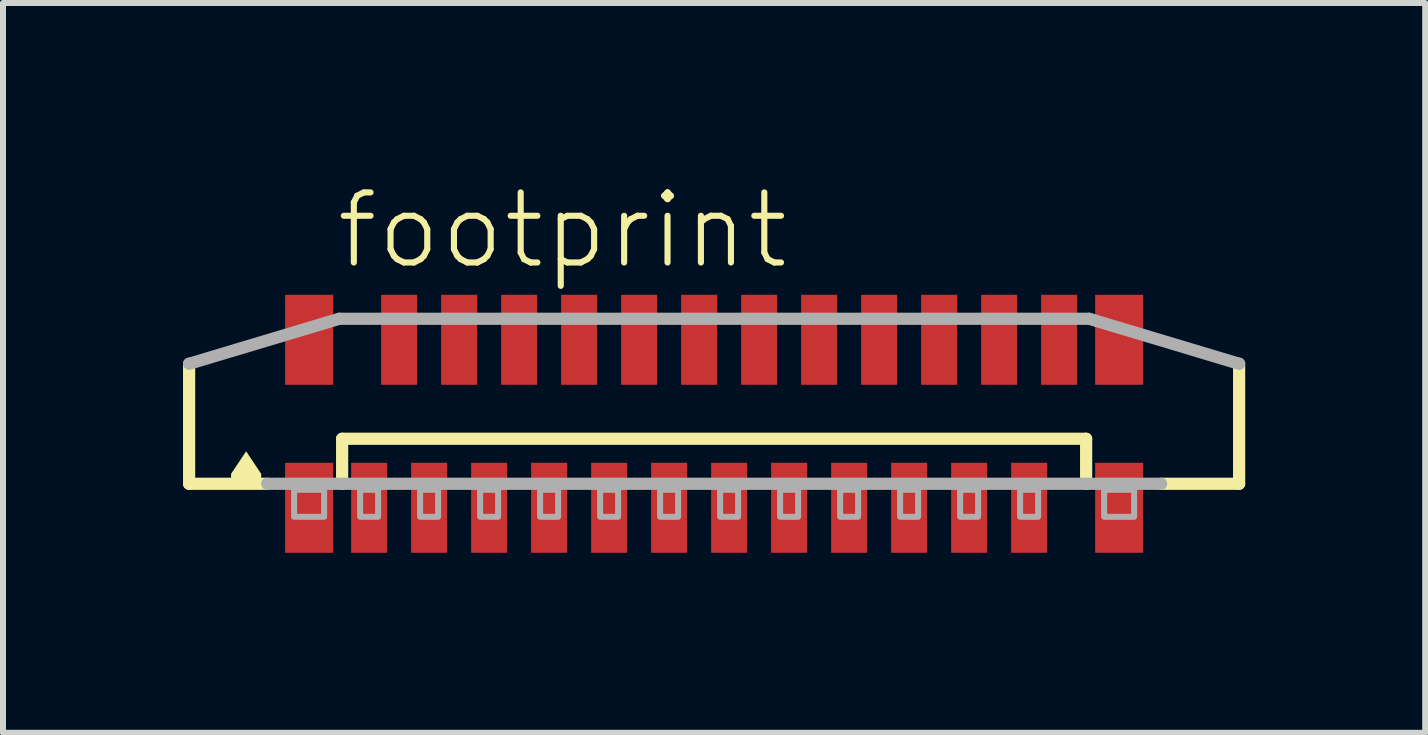
<source format=kicad_pcb>
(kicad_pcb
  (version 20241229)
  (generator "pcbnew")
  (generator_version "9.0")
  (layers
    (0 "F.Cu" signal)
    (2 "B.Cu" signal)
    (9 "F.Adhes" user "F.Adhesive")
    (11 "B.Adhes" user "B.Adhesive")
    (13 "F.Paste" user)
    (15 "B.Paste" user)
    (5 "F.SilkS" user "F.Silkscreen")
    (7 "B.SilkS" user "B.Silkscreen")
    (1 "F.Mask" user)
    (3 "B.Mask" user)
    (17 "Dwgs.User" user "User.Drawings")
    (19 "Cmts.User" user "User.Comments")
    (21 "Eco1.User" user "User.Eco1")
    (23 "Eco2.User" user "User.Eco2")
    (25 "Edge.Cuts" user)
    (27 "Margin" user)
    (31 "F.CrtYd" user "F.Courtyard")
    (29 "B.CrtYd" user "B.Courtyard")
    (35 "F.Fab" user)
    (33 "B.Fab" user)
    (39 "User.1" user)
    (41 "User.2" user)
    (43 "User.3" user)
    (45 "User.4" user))
  (footprint "footprint"
    (layer "F.Cu")
    (at 8.852 4.013)
    (property "Reference" "footprint" (at -6.35 -2.54 0) (layer "F.SilkS") (effects (font (size 1.168 1.168) (thickness 0.102)) (justify left bottom)))
    (fp_line (start -8.75 1) (end -8.75 -1) (stroke (width 0.203) (type solid)) (layer "F.SilkS"))
    (fp_line (start -7.45 1) (end -8.75 1) (stroke (width 0.203) (type solid)) (layer "F.SilkS"))
    (fp_line (start -6.2 0.25) (end 6.2 0.25) (stroke (width 0.203) (type solid)) (layer "F.SilkS"))
    (fp_line (start -6.2 1) (end -6.2 0.25) (stroke (width 0.203) (type solid)) (layer "F.SilkS"))
    (fp_line (start 6.2 0.25) (end 6.2 1) (stroke (width 0.203) (type solid)) (layer "F.SilkS"))
    (fp_line (start 8.75 -1) (end 8.75 1) (stroke (width 0.203) (type solid)) (layer "F.SilkS"))
    (fp_line (start 8.75 1) (end 7.45 1) (stroke (width 0.203) (type solid)) (layer "F.SilkS"))
    (fp_poly (pts (xy -7.549 0.835) (xy -7.549 1.001) (xy -8.051 1.001) (xy -8.051 0.835) (xy -7.8 0.458)) (stroke (width 0) (type solid)) (fill yes) (layer "F.SilkS"))
    (fp_line (start -8.75 -1) (end -6.25 -1.75) (stroke (width 0.203) (type solid)) (layer "F.Fab"))
    (fp_line (start -6.25 -1.75) (end 6.25 -1.75) (stroke (width 0.203) (type solid)) (layer "F.Fab"))
    (fp_line (start 6.25 -1.75) (end 8.75 -1) (stroke (width 0.203) (type solid)) (layer "F.Fab"))
    (fp_line (start 7.45 1) (end -7.45 1) (stroke (width 0.203) (type solid)) (layer "F.Fab"))
    (fp_poly (pts (xy -7 1.55) (xy -6.5 1.55) (xy -6.5 1.1) (xy -7 1.1)) (stroke (width 0.1) (type solid)) (fill no) (layer "F.Fab"))
    (fp_poly (pts (xy -5.9 1.55) (xy -5.6 1.55) (xy -5.6 1.1) (xy -5.9 1.1)) (stroke (width 0.1) (type solid)) (fill no) (layer "F.Fab"))
    (fp_poly (pts (xy -4.9 1.55) (xy -4.6 1.55) (xy -4.6 1.1) (xy -4.9 1.1)) (stroke (width 0.1) (type solid)) (fill no) (layer "F.Fab"))
    (fp_poly (pts (xy -3.9 1.55) (xy -3.6 1.55) (xy -3.6 1.1) (xy -3.9 1.1)) (stroke (width 0.1) (type solid)) (fill no) (layer "F.Fab"))
    (fp_poly (pts (xy -2.9 1.55) (xy -2.6 1.55) (xy -2.6 1.1) (xy -2.9 1.1)) (stroke (width 0.1) (type solid)) (fill no) (layer "F.Fab"))
    (fp_poly (pts (xy -1.9 1.55) (xy -1.6 1.55) (xy -1.6 1.1) (xy -1.9 1.1)) (stroke (width 0.1) (type solid)) (fill no) (layer "F.Fab"))
    (fp_poly (pts (xy -0.9 1.55) (xy -0.6 1.55) (xy -0.6 1.1) (xy -0.9 1.1)) (stroke (width 0.1) (type solid)) (fill no) (layer "F.Fab"))
    (fp_poly (pts (xy 0.1 1.55) (xy 0.4 1.55) (xy 0.4 1.1) (xy 0.1 1.1)) (stroke (width 0.1) (type solid)) (fill no) (layer "F.Fab"))
    (fp_poly (pts (xy 1.1 1.55) (xy 1.4 1.55) (xy 1.4 1.1) (xy 1.1 1.1)) (stroke (width 0.1) (type solid)) (fill no) (layer "F.Fab"))
    (fp_poly (pts (xy 2.1 1.55) (xy 2.4 1.55) (xy 2.4 1.1) (xy 2.1 1.1)) (stroke (width 0.1) (type solid)) (fill no) (layer "F.Fab"))
    (fp_poly (pts (xy 3.1 1.55) (xy 3.4 1.55) (xy 3.4 1.1) (xy 3.1 1.1)) (stroke (width 0.1) (type solid)) (fill no) (layer "F.Fab"))
    (fp_poly (pts (xy 4.1 1.55) (xy 4.4 1.55) (xy 4.4 1.1) (xy 4.1 1.1)) (stroke (width 0.1) (type solid)) (fill no) (layer "F.Fab"))
    (fp_poly (pts (xy 5.1 1.55) (xy 5.4 1.55) (xy 5.4 1.1) (xy 5.1 1.1)) (stroke (width 0.1) (type solid)) (fill no) (layer "F.Fab"))
    (fp_poly (pts (xy 6.5 1.55) (xy 7 1.55) (xy 7 1.1) (xy 6.5 1.1)) (stroke (width 0.1) (type solid)) (fill no) (layer "F.Fab"))
    (pad "1" smd rect (at -5.75 1.4) (size 0.6 1.5) (layers "F.Cu" "F.Mask" "F.Paste"))
    (pad "2" smd rect (at -5.25 -1.4 180) (size 0.6 1.5) (layers "F.Cu" "F.Mask" "F.Paste"))
    (pad "3" smd rect (at -4.75 1.4) (size 0.6 1.5) (layers "F.Cu" "F.Mask" "F.Paste"))
    (pad "4" smd rect (at -4.25 -1.4 180) (size 0.6 1.5) (layers "F.Cu" "F.Mask" "F.Paste"))
    (pad "5" smd rect (at -3.75 1.4) (size 0.6 1.5) (layers "F.Cu" "F.Mask" "F.Paste"))
    (pad "6" smd rect (at -3.25 -1.4 180) (size 0.6 1.5) (layers "F.Cu" "F.Mask" "F.Paste"))
    (pad "7" smd rect (at -2.75 1.4) (size 0.6 1.5) (layers "F.Cu" "F.Mask" "F.Paste"))
    (pad "8" smd rect (at -2.25 -1.4 180) (size 0.6 1.5) (layers "F.Cu" "F.Mask" "F.Paste"))
    (pad "9" smd rect (at -1.75 1.4) (size 0.6 1.5) (layers "F.Cu" "F.Mask" "F.Paste"))
    (pad "10" smd rect (at -1.25 -1.4 180) (size 0.6 1.5) (layers "F.Cu" "F.Mask" "F.Paste"))
    (pad "11" smd rect (at -0.75 1.4) (size 0.6 1.5) (layers "F.Cu" "F.Mask" "F.Paste"))
    (pad "12" smd rect (at -0.25 -1.4 180) (size 0.6 1.5) (layers "F.Cu" "F.Mask" "F.Paste"))
    (pad "13" smd rect (at 0.25 1.4) (size 0.6 1.5) (layers "F.Cu" "F.Mask" "F.Paste"))
    (pad "14" smd rect (at 0.75 -1.4 180) (size 0.6 1.5) (layers "F.Cu" "F.Mask" "F.Paste"))
    (pad "15" smd rect (at 1.25 1.4) (size 0.6 1.5) (layers "F.Cu" "F.Mask" "F.Paste"))
    (pad "16" smd rect (at 1.75 -1.4 180) (size 0.6 1.5) (layers "F.Cu" "F.Mask" "F.Paste"))
    (pad "17" smd rect (at 2.25 1.4) (size 0.6 1.5) (layers "F.Cu" "F.Mask" "F.Paste"))
    (pad "18" smd rect (at 2.75 -1.4 180) (size 0.6 1.5) (layers "F.Cu" "F.Mask" "F.Paste"))
    (pad "19" smd rect (at 3.25 1.4) (size 0.6 1.5) (layers "F.Cu" "F.Mask" "F.Paste"))
    (pad "20" smd rect (at 3.75 -1.4 180) (size 0.6 1.5) (layers "F.Cu" "F.Mask" "F.Paste"))
    (pad "21" smd rect (at 4.25 1.4) (size 0.6 1.5) (layers "F.Cu" "F.Mask" "F.Paste"))
    (pad "22" smd rect (at 4.75 -1.4 180) (size 0.6 1.5) (layers "F.Cu" "F.Mask" "F.Paste"))
    (pad "23" smd rect (at 5.25 1.4) (size 0.6 1.5) (layers "F.Cu" "F.Mask" "F.Paste"))
    (pad "24" smd rect (at 5.75 -1.4 180) (size 0.6 1.5) (layers "F.Cu" "F.Mask" "F.Paste"))
    (pad "M1" smd rect (at -6.75 1.4) (size 0.8 1.5) (layers "F.Cu" "F.Mask" "F.Paste"))
    (pad "M2" smd rect (at 6.75 1.4) (size 0.8 1.5) (layers "F.Cu" "F.Mask" "F.Paste"))
    (pad "M3" smd rect (at 6.75 -1.4 180) (size 0.8 1.5) (layers "F.Cu" "F.Mask" "F.Paste"))
    (pad "M4" smd rect (at -6.75 -1.4 180) (size 0.8 1.5) (layers "F.Cu" "F.Mask" "F.Paste")))
  (gr_rect
    (start -3 -3)
    (end 20.703 9.163)
    (stroke (width 0.1) (type default))
    (fill no)
    (layer "Edge.Cuts")))
</source>
